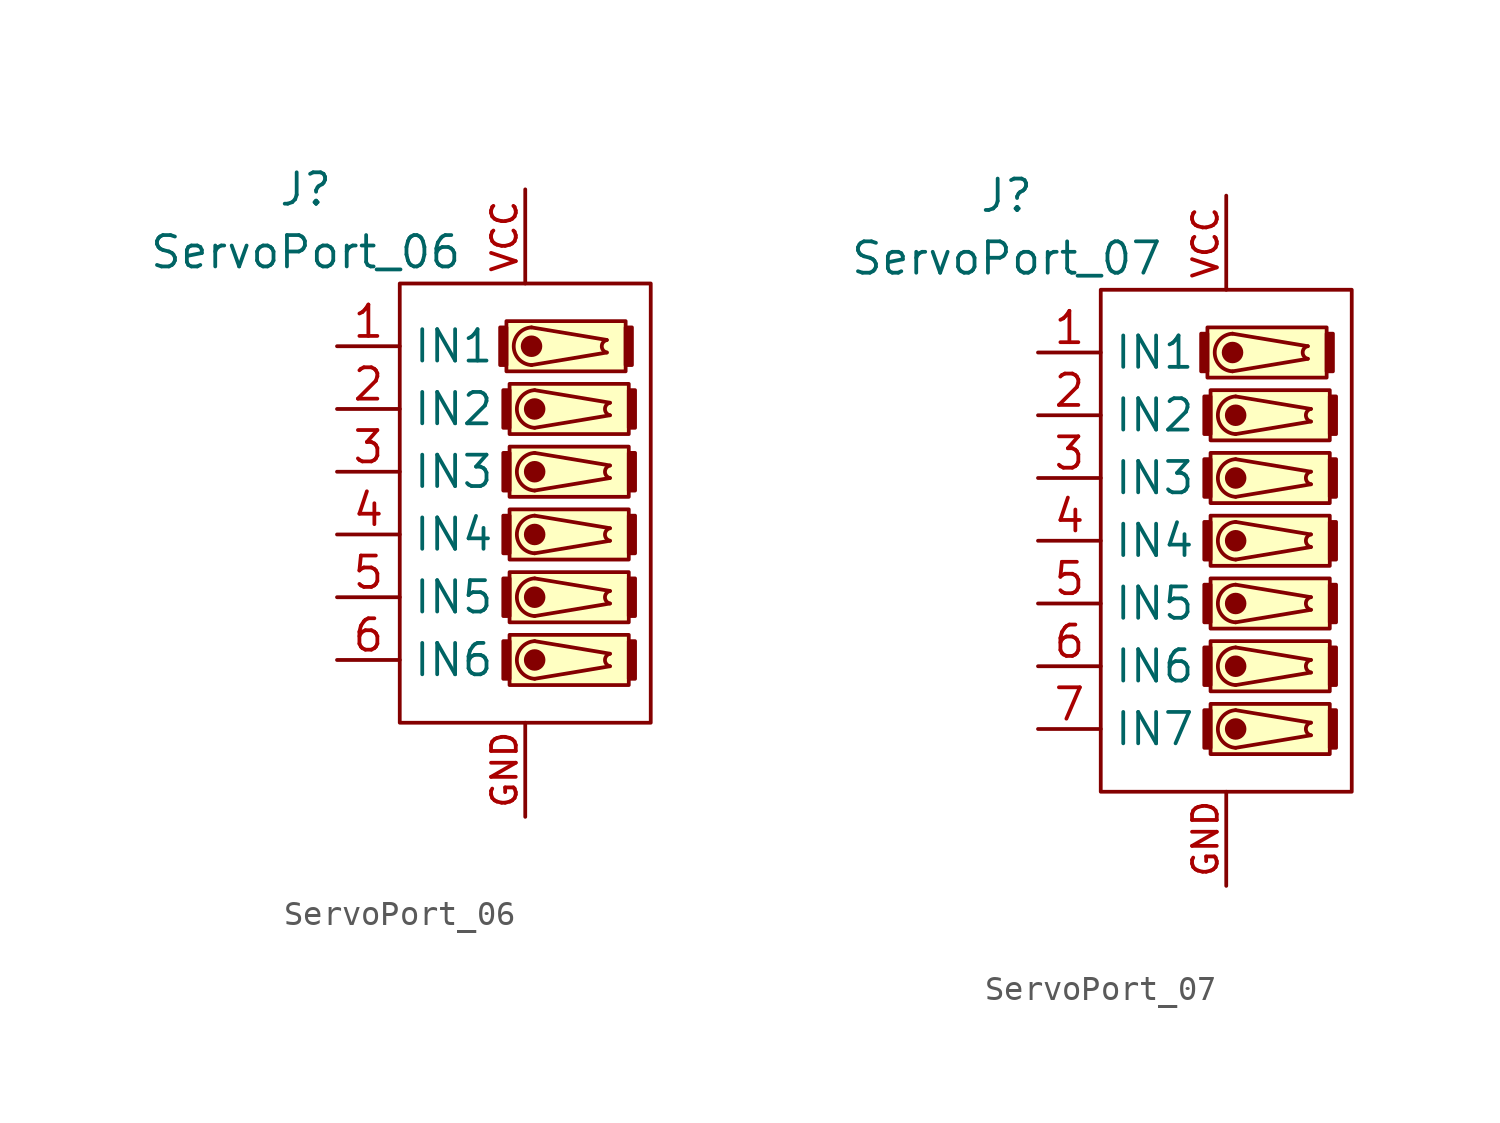
<source format=kicad_sym>
(kicad_symbol_lib
  (version 20211014)
  (generator kicad_symbol_editor)
  (symbol "ServoPort_06"
    (property "Reference" "J"
      (at -8.89 12.7 0)
      (effects (font (size 1.27 1.27))))
    (property "Value" "ServoPort_06"
      (at -8.89 10.16 0)
      (effects (font (size 1.27 1.27))))
    (symbol "ServoPort_06_0_1"
      (rectangle (start -5.08 8.89) (end 5.08 -8.89) (stroke (width 0) (type default) (color 0 0 0 0)) (fill (type none)))
      (rectangle (start -0.762 7.112) (end -1.016 5.588) (stroke (width 0) (type default) (color 0 0 0 0)) (fill (type outline)))
      (rectangle (start -0.762 7.366) (end 4.064 5.334) (stroke (width 0) (type default) (color 0 0 0 0)) (fill (type background)))
      (rectangle (start -0.635 -5.588) (end -0.889 -7.112) (stroke (width 0) (type default) (color 0 0 0 0)) (fill (type outline)))
      (rectangle (start -0.635 -5.334) (end 4.191 -7.366) (stroke (width 0) (type default) (color 0 0 0 0)) (fill (type background)))
      (rectangle (start -0.635 -3.048) (end -0.889 -4.572) (stroke (width 0) (type default) (color 0 0 0 0)) (fill (type outline)))
      (rectangle (start -0.635 -2.794) (end 4.191 -4.826) (stroke (width 0) (type default) (color 0 0 0 0)) (fill (type background)))
      (rectangle (start -0.635 -0.508) (end -0.889 -2.032) (stroke (width 0) (type default) (color 0 0 0 0)) (fill (type outline)))
      (rectangle (start -0.635 -0.254) (end 4.191 -2.286) (stroke (width 0) (type default) (color 0 0 0 0)) (fill (type background)))
      (rectangle (start -0.635 2.032) (end -0.889 0.508) (stroke (width 0) (type default) (color 0 0 0 0)) (fill (type outline)))
      (rectangle (start -0.635 2.286) (end 4.191 0.254) (stroke (width 0) (type default) (color 0 0 0 0)) (fill (type background)))
      (rectangle (start -0.635 4.572) (end -0.889 3.048) (stroke (width 0) (type default) (color 0 0 0 0)) (fill (type outline)))
      (rectangle (start -0.635 4.826) (end 4.191 2.794) (stroke (width 0) (type default) (color 0 0 0 0)) (fill (type background)))
      (polyline (pts (xy 0.254 7.112) (xy 3.302 6.604)) (stroke (width 0) (type default) (color 0 0 0 0)) (fill (type none)))
      (polyline (pts (xy 0.381 -5.588) (xy 3.429 -6.096)) (stroke (width 0) (type default) (color 0 0 0 0)) (fill (type none)))
      (polyline (pts (xy 0.381 -3.048) (xy 3.429 -3.556)) (stroke (width 0) (type default) (color 0 0 0 0)) (fill (type none)))
      (polyline (pts (xy 0.381 -0.508) (xy 3.429 -1.016)) (stroke (width 0) (type default) (color 0 0 0 0)) (fill (type none)))
      (polyline (pts (xy 0.381 2.032) (xy 3.429 1.524)) (stroke (width 0) (type default) (color 0 0 0 0)) (fill (type none)))
      (polyline (pts (xy 0.381 4.572) (xy 3.429 4.064)) (stroke (width 0) (type default) (color 0 0 0 0)) (fill (type none)))
      (polyline (pts (xy 3.302 6.096) (xy 0.254 5.588)) (stroke (width 0) (type default) (color 0 0 0 0)) (fill (type none)))
      (polyline (pts (xy 3.429 -6.604) (xy 0.381 -7.112)) (stroke (width 0) (type default) (color 0 0 0 0)) (fill (type none)))
      (polyline (pts (xy 3.429 -4.064) (xy 0.381 -4.572)) (stroke (width 0) (type default) (color 0 0 0 0)) (fill (type none)))
      (polyline (pts (xy 3.429 -1.524) (xy 0.381 -2.032)) (stroke (width 0) (type default) (color 0 0 0 0)) (fill (type none)))
      (polyline (pts (xy 3.429 1.016) (xy 0.381 0.508)) (stroke (width 0) (type default) (color 0 0 0 0)) (fill (type none)))
      (polyline (pts (xy 3.429 3.556) (xy 0.381 3.048)) (stroke (width 0) (type default) (color 0 0 0 0)) (fill (type none)))
      (circle (center 0.254 6.35) (radius 0.359) (stroke (width 0) (type default) (color 0 0 0 0)) (fill (type outline)))
      (arc (start 0.254 7.112) (mid -0.4664 6.35) (end 0.254 5.588) (stroke (width 0) (type default) (color 0 0 0 0)) (fill (type none)))
      (circle (center 0.381 -6.35) (radius 0.359) (stroke (width 0) (type default) (color 0 0 0 0)) (fill (type outline)))
      (arc (start 0.381 -5.588) (mid -0.3394 -6.35) (end 0.381 -7.112) (stroke (width 0) (type default) (color 0 0 0 0)) (fill (type none)))
      (circle (center 0.381 -3.81) (radius 0.359) (stroke (width 0) (type default) (color 0 0 0 0)) (fill (type outline)))
      (arc (start 0.381 -3.048) (mid -0.3394 -3.81) (end 0.381 -4.572) (stroke (width 0) (type default) (color 0 0 0 0)) (fill (type none)))
      (circle (center 0.381 -1.27) (radius 0.359) (stroke (width 0) (type default) (color 0 0 0 0)) (fill (type outline)))
      (arc (start 0.381 -0.508) (mid -0.3394 -1.27) (end 0.381 -2.032) (stroke (width 0) (type default) (color 0 0 0 0)) (fill (type none)))
      (circle (center 0.381 1.27) (radius 0.359) (stroke (width 0) (type default) (color 0 0 0 0)) (fill (type outline)))
      (arc (start 0.381 2.032) (mid -0.3394 1.27) (end 0.381 0.508) (stroke (width 0) (type default) (color 0 0 0 0)) (fill (type none)))
      (circle (center 0.381 3.81) (radius 0.359) (stroke (width 0) (type default) (color 0 0 0 0)) (fill (type outline)))
      (arc (start 0.381 4.572) (mid -0.3394 3.81) (end 0.381 3.048) (stroke (width 0) (type default) (color 0 0 0 0)) (fill (type none)))
      (arc (start 3.302 6.604) (mid 2.9876 6.35) (end 3.302 6.096) (stroke (width 0) (type default) (color 0 0 0 0)) (fill (type none)))
      (arc (start 3.429 -6.096) (mid 3.1146 -6.35) (end 3.429 -6.604) (stroke (width 0) (type default) (color 0 0 0 0)) (fill (type none)))
      (arc (start 3.429 -3.556) (mid 3.1146 -3.81) (end 3.429 -4.064) (stroke (width 0) (type default) (color 0 0 0 0)) (fill (type none)))
      (arc (start 3.429 -1.016) (mid 3.1146 -1.27) (end 3.429 -1.524) (stroke (width 0) (type default) (color 0 0 0 0)) (fill (type none)))
      (arc (start 3.429 1.524) (mid 3.1146 1.27) (end 3.429 1.016) (stroke (width 0) (type default) (color 0 0 0 0)) (fill (type none)))
      (arc (start 3.429 4.064) (mid 3.1146 3.81) (end 3.429 3.556) (stroke (width 0) (type default) (color 0 0 0 0)) (fill (type none)))
      (rectangle (start 4.064 7.112) (end 4.318 5.588) (stroke (width 0) (type default) (color 0 0 0 0)) (fill (type outline)))
      (rectangle (start 4.191 -5.588) (end 4.445 -7.112) (stroke (width 0) (type default) (color 0 0 0 0)) (fill (type outline)))
      (rectangle (start 4.191 -3.048) (end 4.445 -4.572) (stroke (width 0) (type default) (color 0 0 0 0)) (fill (type outline)))
      (rectangle (start 4.191 -0.508) (end 4.445 -2.032) (stroke (width 0) (type default) (color 0 0 0 0)) (fill (type outline)))
      (rectangle (start 4.191 2.032) (end 4.445 0.508) (stroke (width 0) (type default) (color 0 0 0 0)) (fill (type outline)))
      (rectangle (start 4.191 4.572) (end 4.445 3.048) (stroke (width 0) (type default) (color 0 0 0 0)) (fill (type outline))))
    (symbol "ServoPort_06_1_1"
      (pin input line (at -7.62 6.35 0) (length 2.54) (name "IN1" (effects (font (size 1.27 1.27)))) (number "1" (effects (font (size 1.27 1.27)))))
      (pin input line (at -7.62 3.81 0) (length 2.54) (name "IN2" (effects (font (size 1.27 1.27)))) (number "2" (effects (font (size 1.27 1.27)))))
      (pin input line (at -7.62 1.27 0) (length 2.54) (name "IN3" (effects (font (size 1.27 1.27)))) (number "3" (effects (font (size 1.27 1.27)))))
      (pin input line (at -7.62 -1.27 0) (length 2.54) (name "IN4" (effects (font (size 1.27 1.27)))) (number "4" (effects (font (size 1.27 1.27)))))
      (pin input line (at -7.62 -3.81 0) (length 2.54) (name "IN5" (effects (font (size 1.27 1.27)))) (number "5" (effects (font (size 1.27 1.27)))))
      (pin input line (at -7.62 -6.35 0) (length 2.54) (name "IN6" (effects (font (size 1.27 1.27)))) (number "6" (effects (font (size 1.27 1.27)))))
      (pin power_in line (at 0 -12.7 90) (length 3.81) (name "" (effects (font (size 1 1)))) (number "GND" (effects (font (size 1 1)))))
      (pin power_in line (at 0 12.7 270) (length 3.81) (name "" (effects (font (size 1 1)))) (number "VCC" (effects (font (size 1 1)))))))
  (symbol "ServoPort_07"
    (property "Reference" "J"
      (at -8.89 13.97 0)
      (effects (font (size 1.27 1.27))))
    (property "Value" "ServoPort_07"
      (at -8.89 11.43 0)
      (effects (font (size 1.27 1.27))))
    (symbol "ServoPort_07_0_1"
      (rectangle (start -5.08 10.16) (end 5.08 -10.16) (stroke (width 0) (type default) (color 0 0 0 0)) (fill (type none)))
      (rectangle (start -0.762 8.382) (end -1.016 6.858) (stroke (width 0) (type default) (color 0 0 0 0)) (fill (type outline)))
      (rectangle (start -0.762 8.636) (end 4.064 6.604) (stroke (width 0) (type default) (color 0 0 0 0)) (fill (type background)))
      (rectangle (start -0.635 -6.858) (end -0.889 -8.382) (stroke (width 0) (type default) (color 0 0 0 0)) (fill (type outline)))
      (rectangle (start -0.635 -6.604) (end 4.191 -8.636) (stroke (width 0) (type default) (color 0 0 0 0)) (fill (type background)))
      (rectangle (start -0.635 -4.318) (end -0.889 -5.842) (stroke (width 0) (type default) (color 0 0 0 0)) (fill (type outline)))
      (rectangle (start -0.635 -4.064) (end 4.191 -6.096) (stroke (width 0) (type default) (color 0 0 0 0)) (fill (type background)))
      (rectangle (start -0.635 -1.778) (end -0.889 -3.302) (stroke (width 0) (type default) (color 0 0 0 0)) (fill (type outline)))
      (rectangle (start -0.635 -1.524) (end 4.191 -3.556) (stroke (width 0) (type default) (color 0 0 0 0)) (fill (type background)))
      (rectangle (start -0.635 0.762) (end -0.889 -0.762) (stroke (width 0) (type default) (color 0 0 0 0)) (fill (type outline)))
      (rectangle (start -0.635 1.016) (end 4.191 -1.016) (stroke (width 0) (type default) (color 0 0 0 0)) (fill (type background)))
      (rectangle (start -0.635 3.302) (end -0.889 1.778) (stroke (width 0) (type default) (color 0 0 0 0)) (fill (type outline)))
      (rectangle (start -0.635 3.556) (end 4.191 1.524) (stroke (width 0) (type default) (color 0 0 0 0)) (fill (type background)))
      (rectangle (start -0.635 5.842) (end -0.889 4.318) (stroke (width 0) (type default) (color 0 0 0 0)) (fill (type outline)))
      (rectangle (start -0.635 6.096) (end 4.191 4.064) (stroke (width 0) (type default) (color 0 0 0 0)) (fill (type background)))
      (polyline (pts (xy 0.254 8.382) (xy 3.302 7.874)) (stroke (width 0) (type default) (color 0 0 0 0)) (fill (type none)))
      (polyline (pts (xy 0.381 -6.858) (xy 3.429 -7.366)) (stroke (width 0) (type default) (color 0 0 0 0)) (fill (type none)))
      (polyline (pts (xy 0.381 -4.318) (xy 3.429 -4.826)) (stroke (width 0) (type default) (color 0 0 0 0)) (fill (type none)))
      (polyline (pts (xy 0.381 -1.778) (xy 3.429 -2.286)) (stroke (width 0) (type default) (color 0 0 0 0)) (fill (type none)))
      (polyline (pts (xy 0.381 0.762) (xy 3.429 0.254)) (stroke (width 0) (type default) (color 0 0 0 0)) (fill (type none)))
      (polyline (pts (xy 0.381 3.302) (xy 3.429 2.794)) (stroke (width 0) (type default) (color 0 0 0 0)) (fill (type none)))
      (polyline (pts (xy 0.381 5.842) (xy 3.429 5.334)) (stroke (width 0) (type default) (color 0 0 0 0)) (fill (type none)))
      (polyline (pts (xy 3.302 7.366) (xy 0.254 6.858)) (stroke (width 0) (type default) (color 0 0 0 0)) (fill (type none)))
      (polyline (pts (xy 3.429 -7.874) (xy 0.381 -8.382)) (stroke (width 0) (type default) (color 0 0 0 0)) (fill (type none)))
      (polyline (pts (xy 3.429 -5.334) (xy 0.381 -5.842)) (stroke (width 0) (type default) (color 0 0 0 0)) (fill (type none)))
      (polyline (pts (xy 3.429 -2.794) (xy 0.381 -3.302)) (stroke (width 0) (type default) (color 0 0 0 0)) (fill (type none)))
      (polyline (pts (xy 3.429 -0.254) (xy 0.381 -0.762)) (stroke (width 0) (type default) (color 0 0 0 0)) (fill (type none)))
      (polyline (pts (xy 3.429 2.286) (xy 0.381 1.778)) (stroke (width 0) (type default) (color 0 0 0 0)) (fill (type none)))
      (polyline (pts (xy 3.429 4.826) (xy 0.381 4.318)) (stroke (width 0) (type default) (color 0 0 0 0)) (fill (type none)))
      (circle (center 0.254 7.62) (radius 0.359) (stroke (width 0) (type default) (color 0 0 0 0)) (fill (type outline)))
      (arc (start 0.254 8.382) (mid -0.4664 7.62) (end 0.254 6.858) (stroke (width 0) (type default) (color 0 0 0 0)) (fill (type none)))
      (circle (center 0.381 -7.62) (radius 0.359) (stroke (width 0) (type default) (color 0 0 0 0)) (fill (type outline)))
      (arc (start 0.381 -6.858) (mid -0.3394 -7.62) (end 0.381 -8.382) (stroke (width 0) (type default) (color 0 0 0 0)) (fill (type none)))
      (circle (center 0.381 -5.08) (radius 0.359) (stroke (width 0) (type default) (color 0 0 0 0)) (fill (type outline)))
      (arc (start 0.381 -4.318) (mid -0.3394 -5.08) (end 0.381 -5.842) (stroke (width 0) (type default) (color 0 0 0 0)) (fill (type none)))
      (circle (center 0.381 -2.54) (radius 0.359) (stroke (width 0) (type default) (color 0 0 0 0)) (fill (type outline)))
      (arc (start 0.381 -1.778) (mid -0.3394 -2.54) (end 0.381 -3.302) (stroke (width 0) (type default) (color 0 0 0 0)) (fill (type none)))
      (circle (center 0.381 0) (radius 0.359) (stroke (width 0) (type default) (color 0 0 0 0)) (fill (type outline)))
      (arc (start 0.381 0.762) (mid -0.3394 0) (end 0.381 -0.762) (stroke (width 0) (type default) (color 0 0 0 0)) (fill (type none)))
      (circle (center 0.381 2.54) (radius 0.359) (stroke (width 0) (type default) (color 0 0 0 0)) (fill (type outline)))
      (arc (start 0.381 3.302) (mid -0.3394 2.54) (end 0.381 1.778) (stroke (width 0) (type default) (color 0 0 0 0)) (fill (type none)))
      (circle (center 0.381 5.08) (radius 0.359) (stroke (width 0) (type default) (color 0 0 0 0)) (fill (type outline)))
      (arc (start 0.381 5.842) (mid -0.3394 5.08) (end 0.381 4.318) (stroke (width 0) (type default) (color 0 0 0 0)) (fill (type none)))
      (arc (start 3.302 7.874) (mid 2.9876 7.62) (end 3.302 7.366) (stroke (width 0) (type default) (color 0 0 0 0)) (fill (type none)))
      (arc (start 3.429 -7.366) (mid 3.1146 -7.62) (end 3.429 -7.874) (stroke (width 0) (type default) (color 0 0 0 0)) (fill (type none)))
      (arc (start 3.429 -4.826) (mid 3.1146 -5.08) (end 3.429 -5.334) (stroke (width 0) (type default) (color 0 0 0 0)) (fill (type none)))
      (arc (start 3.429 -2.286) (mid 3.1146 -2.54) (end 3.429 -2.794) (stroke (width 0) (type default) (color 0 0 0 0)) (fill (type none)))
      (arc (start 3.429 0.254) (mid 3.1146 0) (end 3.429 -0.254) (stroke (width 0) (type default) (color 0 0 0 0)) (fill (type none)))
      (arc (start 3.429 2.794) (mid 3.1146 2.54) (end 3.429 2.286) (stroke (width 0) (type default) (color 0 0 0 0)) (fill (type none)))
      (arc (start 3.429 5.334) (mid 3.1146 5.08) (end 3.429 4.826) (stroke (width 0) (type default) (color 0 0 0 0)) (fill (type none)))
      (rectangle (start 4.064 8.382) (end 4.318 6.858) (stroke (width 0) (type default) (color 0 0 0 0)) (fill (type outline)))
      (rectangle (start 4.191 -6.858) (end 4.445 -8.382) (stroke (width 0) (type default) (color 0 0 0 0)) (fill (type outline)))
      (rectangle (start 4.191 -4.318) (end 4.445 -5.842) (stroke (width 0) (type default) (color 0 0 0 0)) (fill (type outline)))
      (rectangle (start 4.191 -1.778) (end 4.445 -3.302) (stroke (width 0) (type default) (color 0 0 0 0)) (fill (type outline)))
      (rectangle (start 4.191 0.762) (end 4.445 -0.762) (stroke (width 0) (type default) (color 0 0 0 0)) (fill (type outline)))
      (rectangle (start 4.191 3.302) (end 4.445 1.778) (stroke (width 0) (type default) (color 0 0 0 0)) (fill (type outline)))
      (rectangle (start 4.191 5.842) (end 4.445 4.318) (stroke (width 0) (type default) (color 0 0 0 0)) (fill (type outline))))
    (symbol "ServoPort_07_1_1"
      (pin input line (at -7.62 7.62 0) (length 2.54) (name "IN1" (effects (font (size 1.27 1.27)))) (number "1" (effects (font (size 1.27 1.27)))))
      (pin input line (at -7.62 5.08 0) (length 2.54) (name "IN2" (effects (font (size 1.27 1.27)))) (number "2" (effects (font (size 1.27 1.27)))))
      (pin input line (at -7.62 2.54 0) (length 2.54) (name "IN3" (effects (font (size 1.27 1.27)))) (number "3" (effects (font (size 1.27 1.27)))))
      (pin input line (at -7.62 0 0) (length 2.54) (name "IN4" (effects (font (size 1.27 1.27)))) (number "4" (effects (font (size 1.27 1.27)))))
      (pin input line (at -7.62 -2.54 0) (length 2.54) (name "IN5" (effects (font (size 1.27 1.27)))) (number "5" (effects (font (size 1.27 1.27)))))
      (pin input line (at -7.62 -5.08 0) (length 2.54) (name "IN6" (effects (font (size 1.27 1.27)))) (number "6" (effects (font (size 1.27 1.27)))))
      (pin input line (at -7.62 -7.62 0) (length 2.54) (name "IN7" (effects (font (size 1.27 1.27)))) (number "7" (effects (font (size 1.27 1.27)))))
      (pin power_in line (at 0 -13.97 90) (length 3.81) (name "" (effects (font (size 1 1)))) (number "GND" (effects (font (size 1 1)))))
      (pin power_in line (at 0 13.97 270) (length 3.81) (name "" (effects (font (size 1 1)))) (number "VCC" (effects (font (size 1 1))))))))
</source>
